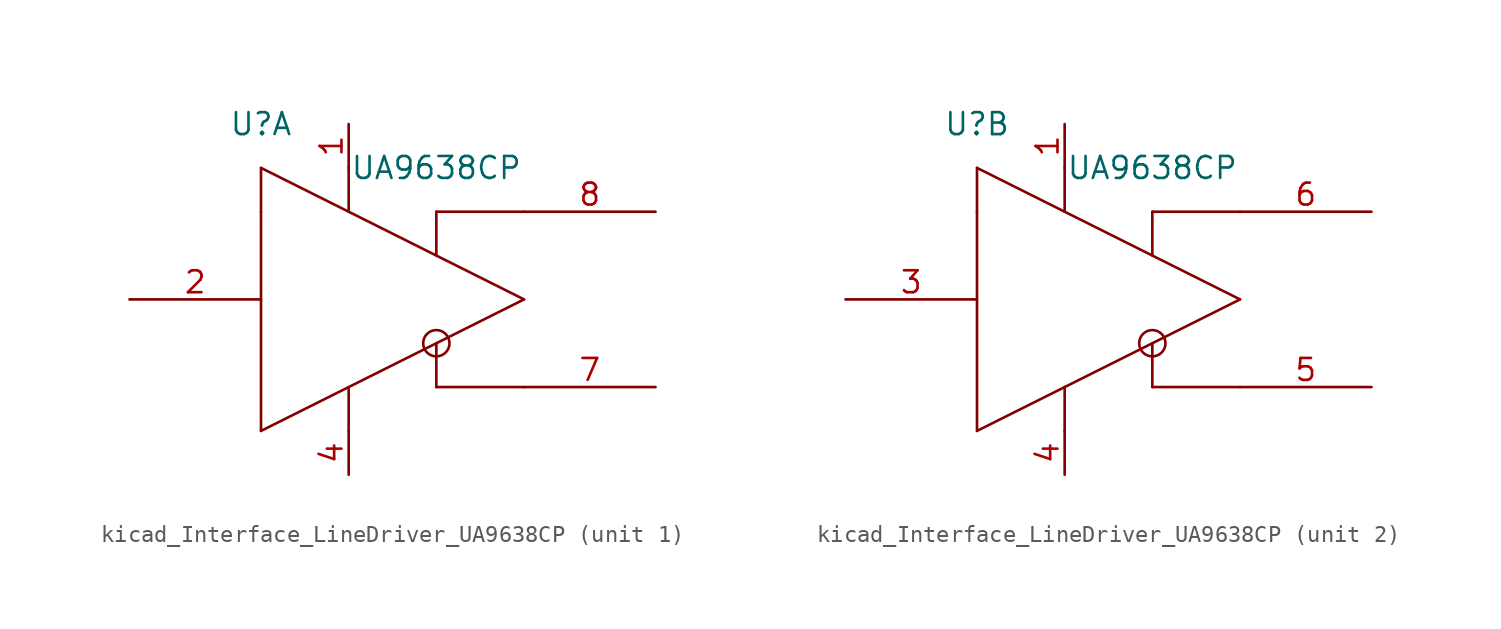
<source format=kicad_sym>
(kicad_symbol_lib
  (version 20220914)
  (generator kicad_symbol_editor)
  (symbol "kicad_Interface_LineDriver_UA9638CP"
    (pin_names
      (offset 1.016) hide)
    (property "Reference" "U"
      (at -7.62 10.16 0)
      (effects (font (size 1.27 1.27))))
    (property "Value" "UA9638CP"
      (at 2.54 7.62 0)
      (effects (font (size 1.27 1.27))))
    (symbol "kicad_Interface_LineDriver_UA9638CP_0_1"
      (polyline (pts (xy -7.62 5.08) (xy -7.62 -7.62)) (stroke (width 0) (type default)) (fill (type none)))
      (polyline (pts (xy -7.62 5.08) (xy -7.62 7.62)) (stroke (width 0) (type default)) (fill (type none)))
      (polyline (pts (xy -7.62 7.62) (xy 7.62 0)) (stroke (width 0) (type default)) (fill (type none)))
      (polyline (pts (xy -2.54 -5.08) (xy -2.54 -7.62)) (stroke (width 0) (type default)) (fill (type none)))
      (polyline (pts (xy -2.54 5.08) (xy -2.54 7.62)) (stroke (width 0) (type default)) (fill (type none)))
      (polyline (pts (xy 2.54 -5.08) (xy 7.62 -5.08)) (stroke (width 0) (type default)) (fill (type none)))
      (polyline (pts (xy 2.54 -2.54) (xy 2.54 -5.08)) (stroke (width 0) (type default)) (fill (type none)))
      (polyline (pts (xy 2.54 5.08) (xy 2.54 2.54)) (stroke (width 0) (type default)) (fill (type none)))
      (polyline (pts (xy 7.62 0) (xy -7.62 -7.62)) (stroke (width 0) (type default)) (fill (type none)))
      (polyline (pts (xy 7.62 5.08) (xy 2.54 5.08)) (stroke (width 0) (type default)) (fill (type none)))
      (circle (center 2.54 -2.54) (radius 0.762) (stroke (width 0) (type default)) (fill (type none))))
    (symbol "kicad_Interface_LineDriver_UA9638CP_1_1"
      (pin power_in line (at -2.54 10.16 270) (length 2.54) (name "VCC" (effects (font (size 1.27 1.27)))) (number "1" (effects (font (size 1.27 1.27)))))
      (pin input line (at -15.24 0 0) (length 7.62) (name "IN" (effects (font (size 1.27 1.27)))) (number "2" (effects (font (size 1.27 1.27)))))
      (pin power_in line (at -2.54 -10.16 90) (length 2.54) (name "GND" (effects (font (size 1.27 1.27)))) (number "4" (effects (font (size 1.27 1.27)))))
      (pin output line (at 15.24 -5.08 180) (length 7.62) (name "OUTA" (effects (font (size 1.27 1.27)))) (number "7" (effects (font (size 1.27 1.27)))))
      (pin output line (at 15.24 5.08 180) (length 7.62) (name "OUTB" (effects (font (size 1.27 1.27)))) (number "8" (effects (font (size 1.27 1.27))))))
    (symbol "kicad_Interface_LineDriver_UA9638CP_2_1"
      (pin power_in line (at -2.54 10.16 270) (length 2.54) (name "VCC" (effects (font (size 1.27 1.27)))) (number "1" (effects (font (size 1.27 1.27)))))
      (pin input line (at -15.24 0 0) (length 7.62) (name "IN" (effects (font (size 1.27 1.27)))) (number "3" (effects (font (size 1.27 1.27)))))
      (pin power_in line (at -2.54 -10.16 90) (length 2.54) (name "GND" (effects (font (size 1.27 1.27)))) (number "4" (effects (font (size 1.27 1.27)))))
      (pin output line (at 15.24 -5.08 180) (length 7.62) (name "OUTA" (effects (font (size 1.27 1.27)))) (number "5" (effects (font (size 1.27 1.27)))))
      (pin output line (at 15.24 5.08 180) (length 7.62) (name "OUTB" (effects (font (size 1.27 1.27)))) (number "6" (effects (font (size 1.27 1.27))))))))
</source>
